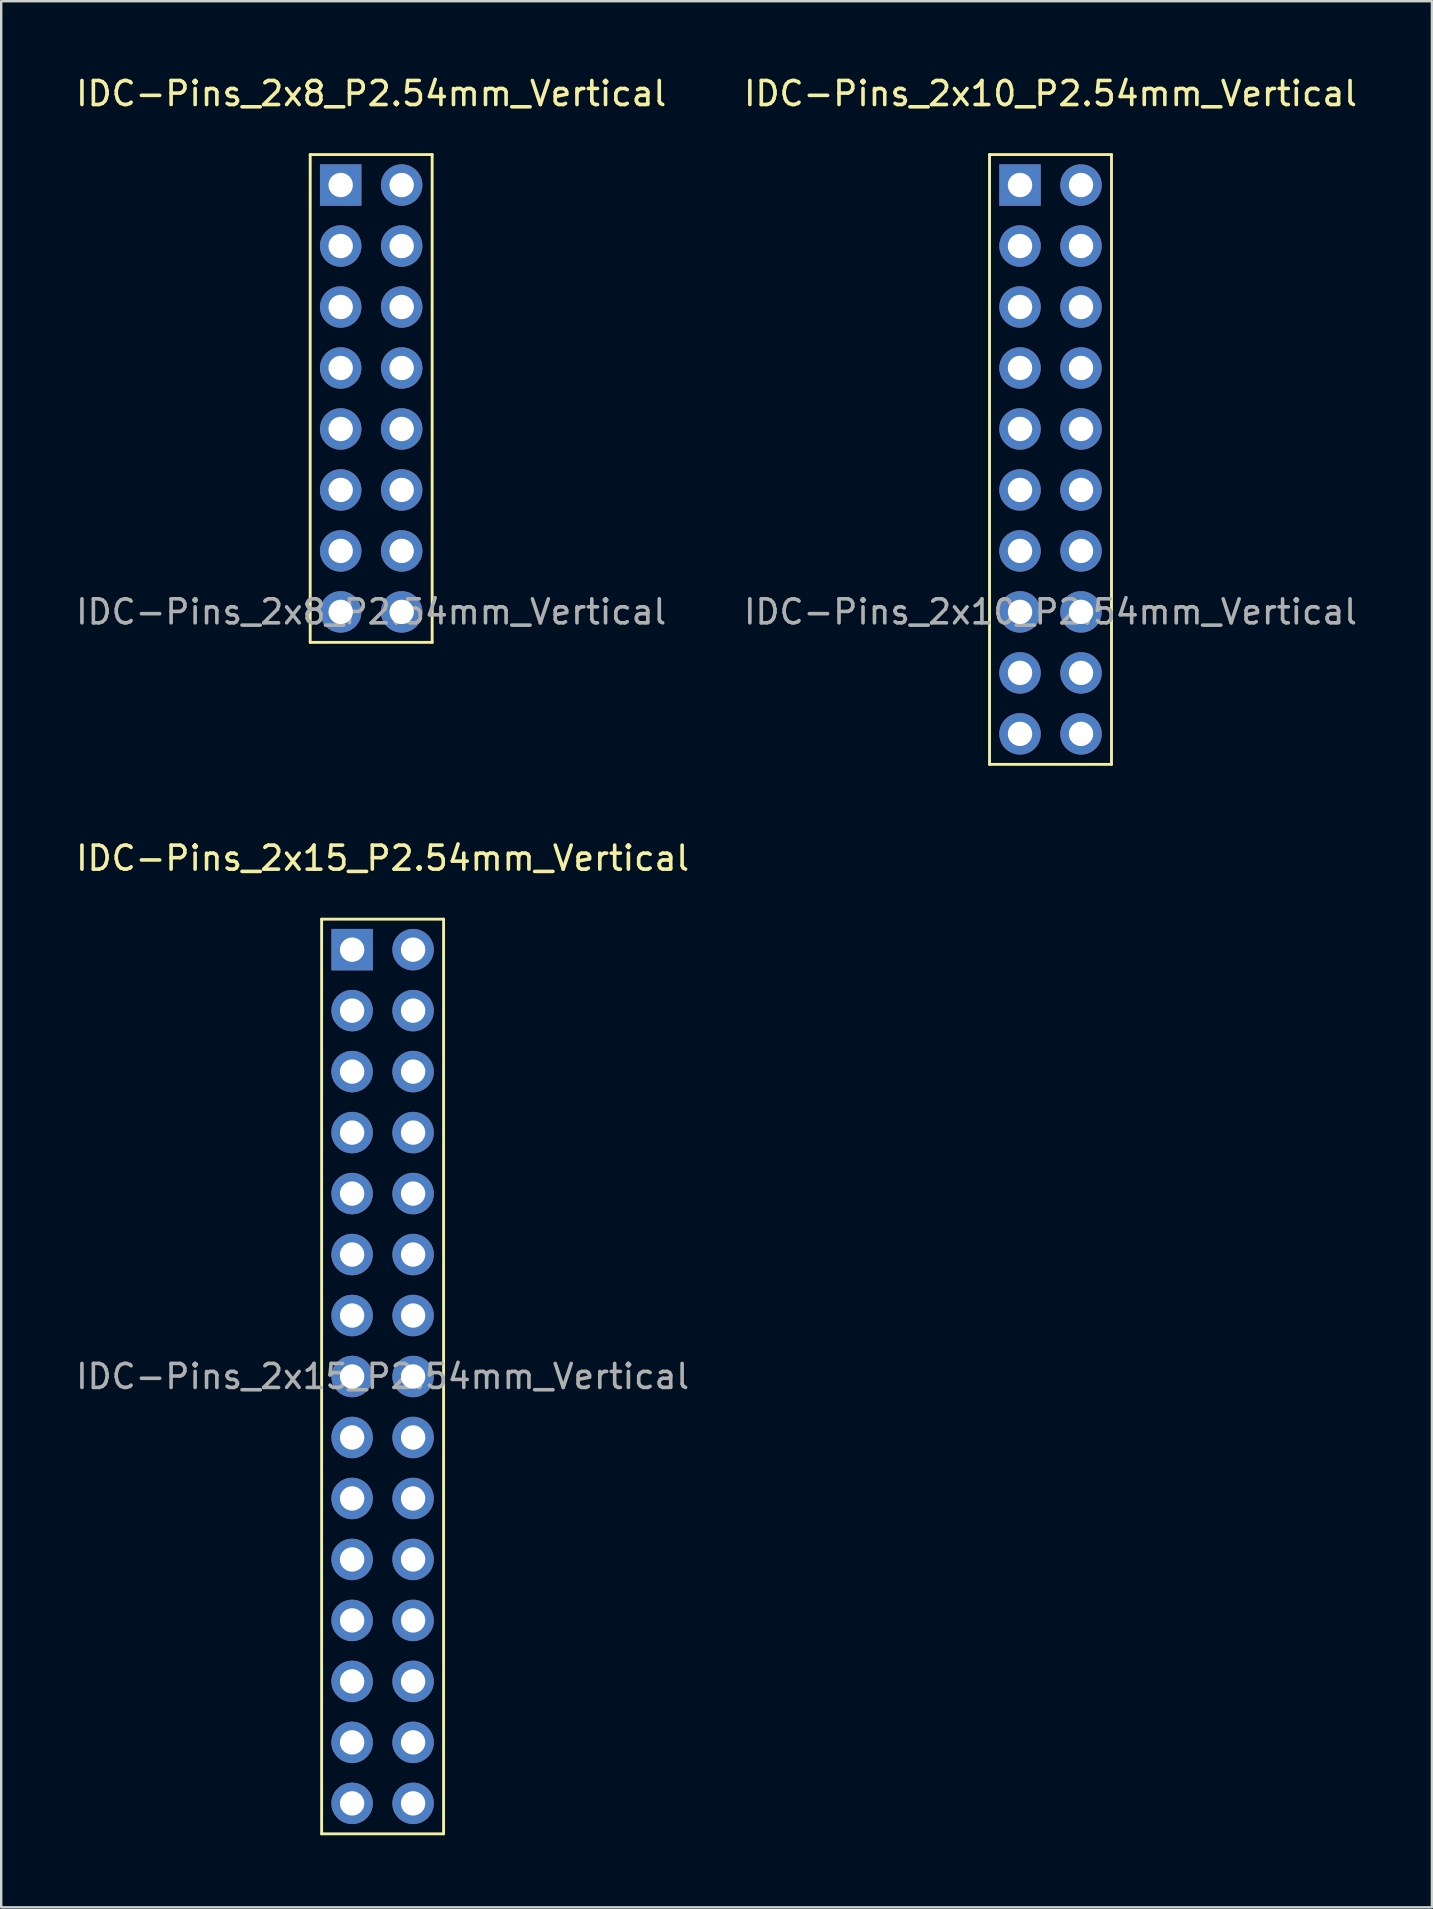
<source format=kicad_pcb>
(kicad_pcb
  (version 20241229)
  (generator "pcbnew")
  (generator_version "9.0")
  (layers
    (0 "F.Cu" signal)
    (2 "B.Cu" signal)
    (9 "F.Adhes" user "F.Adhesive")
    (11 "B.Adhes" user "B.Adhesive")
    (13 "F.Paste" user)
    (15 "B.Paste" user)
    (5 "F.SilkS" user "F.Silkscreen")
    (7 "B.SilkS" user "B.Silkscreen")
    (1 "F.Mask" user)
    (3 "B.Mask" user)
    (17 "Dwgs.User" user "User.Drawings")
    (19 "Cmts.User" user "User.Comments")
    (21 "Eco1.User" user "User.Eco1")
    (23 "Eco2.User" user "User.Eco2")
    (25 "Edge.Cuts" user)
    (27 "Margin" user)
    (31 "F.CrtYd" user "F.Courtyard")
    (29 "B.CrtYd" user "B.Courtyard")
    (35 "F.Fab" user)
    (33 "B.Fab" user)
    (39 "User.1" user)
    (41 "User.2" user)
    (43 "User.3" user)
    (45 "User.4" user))
  (footprint "IDC-Pins_2x10_P2.54mm_Vertical"
    (layer "F.Cu")
    (at 39.438 4.658)
    (property "Reference" "IDC-Pins_2x10_P2.54mm_Vertical" (at 1.27 -3.81 0) (layer "F.SilkS") (effects (font (size 1 1) (thickness 0.15))))
    (attr through_hole)
    (fp_line (start -1.27 -1.27) (end 3.81 -1.27) (stroke (width 0.12) (type solid)) (layer "F.SilkS"))
    (fp_line (start -1.27 24.13) (end -1.27 -1.27) (stroke (width 0.12) (type solid)) (layer "F.SilkS"))
    (fp_line (start 3.81 -1.27) (end 3.81 24.13) (stroke (width 0.12) (type solid)) (layer "F.SilkS"))
    (fp_line (start 3.81 24.13) (end -1.27 24.13) (stroke (width 0.12) (type solid)) (layer "F.SilkS"))
    (fp_text user "${REFERENCE}" (at 1.27 17.78 0) (layer "F.Fab") (effects (font (size 1 1) (thickness 0.15))))
    (pad "1" thru_hole rect (at 0 0) (size 1.727 1.727) (drill 1.016) (layers "*.Cu" "*.Mask"))
    (pad "2" thru_hole oval (at 2.54 0) (size 1.727 1.727) (drill 1.016) (layers "*.Cu" "*.Mask"))
    (pad "3" thru_hole oval (at 0 2.54) (size 1.727 1.727) (drill 1.016) (layers "*.Cu" "*.Mask"))
    (pad "4" thru_hole oval (at 2.54 2.54) (size 1.727 1.727) (drill 1.016) (layers "*.Cu" "*.Mask"))
    (pad "5" thru_hole oval (at 0 5.08) (size 1.727 1.727) (drill 1.016) (layers "*.Cu" "*.Mask"))
    (pad "6" thru_hole oval (at 2.54 5.08) (size 1.727 1.727) (drill 1.016) (layers "*.Cu" "*.Mask"))
    (pad "7" thru_hole oval (at 0 7.62) (size 1.727 1.727) (drill 1.016) (layers "*.Cu" "*.Mask"))
    (pad "8" thru_hole oval (at 2.54 7.62) (size 1.727 1.727) (drill 1.016) (layers "*.Cu" "*.Mask"))
    (pad "9" thru_hole oval (at 0 10.16) (size 1.727 1.727) (drill 1.016) (layers "*.Cu" "*.Mask"))
    (pad "10" thru_hole oval (at 2.54 10.16) (size 1.727 1.727) (drill 1.016) (layers "*.Cu" "*.Mask"))
    (pad "11" thru_hole oval (at 0 12.7) (size 1.727 1.727) (drill 1.016) (layers "*.Cu" "*.Mask"))
    (pad "12" thru_hole oval (at 2.54 12.7) (size 1.727 1.727) (drill 1.016) (layers "*.Cu" "*.Mask"))
    (pad "13" thru_hole oval (at 0 15.24) (size 1.727 1.727) (drill 1.016) (layers "*.Cu" "*.Mask"))
    (pad "14" thru_hole oval (at 2.54 15.24) (size 1.727 1.727) (drill 1.016) (layers "*.Cu" "*.Mask"))
    (pad "15" thru_hole oval (at 0 17.78) (size 1.727 1.727) (drill 1.016) (layers "*.Cu" "*.Mask"))
    (pad "16" thru_hole oval (at 2.54 17.78) (size 1.727 1.727) (drill 1.016) (layers "*.Cu" "*.Mask"))
    (pad "17" thru_hole oval (at 0 20.32) (size 1.727 1.727) (drill 1.016) (layers "*.Cu" "*.Mask"))
    (pad "18" thru_hole oval (at 2.54 20.32) (size 1.727 1.727) (drill 1.016) (layers "*.Cu" "*.Mask"))
    (pad "19" thru_hole oval (at 0 22.86) (size 1.727 1.727) (drill 1.016) (layers "*.Cu" "*.Mask"))
    (pad "20" thru_hole oval (at 2.54 22.86) (size 1.727 1.727) (drill 1.016) (layers "*.Cu" "*.Mask")))
  (footprint "IDC-Pins_2x15_P2.54mm_Vertical"
    (layer "F.Cu")
    (at 11.617 36.507)
    (property "Reference" "IDC-Pins_2x15_P2.54mm_Vertical" (at 1.27 -3.81 0) (layer "F.SilkS") (effects (font (size 1 1) (thickness 0.15))))
    (attr through_hole)
    (fp_line (start -1.27 -1.27) (end 3.81 -1.27) (stroke (width 0.12) (type solid)) (layer "F.SilkS"))
    (fp_line (start -1.27 36.83) (end -1.27 -1.27) (stroke (width 0.12) (type solid)) (layer "F.SilkS"))
    (fp_line (start 3.81 -1.27) (end 3.81 36.83) (stroke (width 0.12) (type solid)) (layer "F.SilkS"))
    (fp_line (start 3.81 36.83) (end -1.27 36.83) (stroke (width 0.12) (type solid)) (layer "F.SilkS"))
    (fp_text user "${REFERENCE}" (at 1.27 17.78 0) (layer "F.Fab") (effects (font (size 1 1) (thickness 0.15))))
    (pad "1" thru_hole rect (at 0 0) (size 1.727 1.727) (drill 1.016) (layers "*.Cu" "*.Mask"))
    (pad "2" thru_hole oval (at 2.54 0) (size 1.727 1.727) (drill 1.016) (layers "*.Cu" "*.Mask"))
    (pad "3" thru_hole oval (at 0 2.54) (size 1.727 1.727) (drill 1.016) (layers "*.Cu" "*.Mask"))
    (pad "4" thru_hole oval (at 2.54 2.54) (size 1.727 1.727) (drill 1.016) (layers "*.Cu" "*.Mask"))
    (pad "5" thru_hole oval (at 0 5.08) (size 1.727 1.727) (drill 1.016) (layers "*.Cu" "*.Mask"))
    (pad "6" thru_hole oval (at 2.54 5.08) (size 1.727 1.727) (drill 1.016) (layers "*.Cu" "*.Mask"))
    (pad "7" thru_hole oval (at 0 7.62) (size 1.727 1.727) (drill 1.016) (layers "*.Cu" "*.Mask"))
    (pad "8" thru_hole oval (at 2.54 7.62) (size 1.727 1.727) (drill 1.016) (layers "*.Cu" "*.Mask"))
    (pad "9" thru_hole oval (at 0 10.16) (size 1.727 1.727) (drill 1.016) (layers "*.Cu" "*.Mask"))
    (pad "10" thru_hole oval (at 2.54 10.16) (size 1.727 1.727) (drill 1.016) (layers "*.Cu" "*.Mask"))
    (pad "11" thru_hole oval (at 0 12.7) (size 1.727 1.727) (drill 1.016) (layers "*.Cu" "*.Mask"))
    (pad "12" thru_hole oval (at 2.54 12.7) (size 1.727 1.727) (drill 1.016) (layers "*.Cu" "*.Mask"))
    (pad "13" thru_hole oval (at 0 15.24) (size 1.727 1.727) (drill 1.016) (layers "*.Cu" "*.Mask"))
    (pad "14" thru_hole oval (at 2.54 15.24) (size 1.727 1.727) (drill 1.016) (layers "*.Cu" "*.Mask"))
    (pad "15" thru_hole oval (at 0 17.78) (size 1.727 1.727) (drill 1.016) (layers "*.Cu" "*.Mask"))
    (pad "16" thru_hole oval (at 2.54 17.78) (size 1.727 1.727) (drill 1.016) (layers "*.Cu" "*.Mask"))
    (pad "17" thru_hole oval (at 0 20.32) (size 1.727 1.727) (drill 1.016) (layers "*.Cu" "*.Mask"))
    (pad "18" thru_hole oval (at 2.54 20.32) (size 1.727 1.727) (drill 1.016) (layers "*.Cu" "*.Mask"))
    (pad "19" thru_hole oval (at 0 22.86) (size 1.727 1.727) (drill 1.016) (layers "*.Cu" "*.Mask"))
    (pad "20" thru_hole oval (at 2.54 22.86) (size 1.727 1.727) (drill 1.016) (layers "*.Cu" "*.Mask"))
    (pad "21" thru_hole oval (at 0 25.4) (size 1.727 1.727) (drill 1.016) (layers "*.Cu" "*.Mask"))
    (pad "22" thru_hole oval (at 2.54 25.4) (size 1.727 1.727) (drill 1.016) (layers "*.Cu" "*.Mask"))
    (pad "23" thru_hole oval (at 0 27.94) (size 1.727 1.727) (drill 1.016) (layers "*.Cu" "*.Mask"))
    (pad "24" thru_hole oval (at 2.54 27.94) (size 1.727 1.727) (drill 1.016) (layers "*.Cu" "*.Mask"))
    (pad "25" thru_hole oval (at 0 30.48) (size 1.727 1.727) (drill 1.016) (layers "*.Cu" "*.Mask"))
    (pad "26" thru_hole oval (at 2.54 30.48) (size 1.727 1.727) (drill 1.016) (layers "*.Cu" "*.Mask"))
    (pad "27" thru_hole oval (at 0 33.02) (size 1.727 1.727) (drill 1.016) (layers "*.Cu" "*.Mask"))
    (pad "28" thru_hole oval (at 2.54 33.02) (size 1.727 1.727) (drill 1.016) (layers "*.Cu" "*.Mask"))
    (pad "29" thru_hole oval (at 0 35.56) (size 1.727 1.727) (drill 1.016) (layers "*.Cu" "*.Mask"))
    (pad "30" thru_hole oval (at 2.54 35.56) (size 1.727 1.727) (drill 1.016) (layers "*.Cu" "*.Mask")))
  (footprint "IDC-Pins_2x8_P2.54mm_Vertical"
    (layer "F.Cu")
    (at 11.141 4.658)
    (property "Reference" "IDC-Pins_2x8_P2.54mm_Vertical" (at 1.27 -3.81 0) (layer "F.SilkS") (effects (font (size 1 1) (thickness 0.15))))
    (attr through_hole)
    (fp_line (start -1.27 -1.27) (end 3.81 -1.27) (stroke (width 0.12) (type solid)) (layer "F.SilkS"))
    (fp_line (start -1.27 19.05) (end -1.27 -1.27) (stroke (width 0.12) (type solid)) (layer "F.SilkS"))
    (fp_line (start 3.81 -1.27) (end 3.81 19.05) (stroke (width 0.12) (type solid)) (layer "F.SilkS"))
    (fp_line (start 3.81 19.05) (end -1.27 19.05) (stroke (width 0.12) (type solid)) (layer "F.SilkS"))
    (fp_text user "${REFERENCE}" (at 1.27 17.78 0) (layer "F.Fab") (effects (font (size 1 1) (thickness 0.15))))
    (pad "1" thru_hole rect (at 0 0) (size 1.727 1.727) (drill 1.016) (layers "*.Cu" "*.Mask"))
    (pad "2" thru_hole oval (at 2.54 0) (size 1.727 1.727) (drill 1.016) (layers "*.Cu" "*.Mask"))
    (pad "3" thru_hole oval (at 0 2.54) (size 1.727 1.727) (drill 1.016) (layers "*.Cu" "*.Mask"))
    (pad "4" thru_hole oval (at 2.54 2.54) (size 1.727 1.727) (drill 1.016) (layers "*.Cu" "*.Mask"))
    (pad "5" thru_hole oval (at 0 5.08) (size 1.727 1.727) (drill 1.016) (layers "*.Cu" "*.Mask"))
    (pad "6" thru_hole oval (at 2.54 5.08) (size 1.727 1.727) (drill 1.016) (layers "*.Cu" "*.Mask"))
    (pad "7" thru_hole oval (at 0 7.62) (size 1.727 1.727) (drill 1.016) (layers "*.Cu" "*.Mask"))
    (pad "8" thru_hole oval (at 2.54 7.62) (size 1.727 1.727) (drill 1.016) (layers "*.Cu" "*.Mask"))
    (pad "9" thru_hole oval (at 0 10.16) (size 1.727 1.727) (drill 1.016) (layers "*.Cu" "*.Mask"))
    (pad "10" thru_hole oval (at 2.54 10.16) (size 1.727 1.727) (drill 1.016) (layers "*.Cu" "*.Mask"))
    (pad "11" thru_hole oval (at 0 12.7) (size 1.727 1.727) (drill 1.016) (layers "*.Cu" "*.Mask"))
    (pad "12" thru_hole oval (at 2.54 12.7) (size 1.727 1.727) (drill 1.016) (layers "*.Cu" "*.Mask"))
    (pad "13" thru_hole oval (at 0 15.24) (size 1.727 1.727) (drill 1.016) (layers "*.Cu" "*.Mask"))
    (pad "14" thru_hole oval (at 2.54 15.24) (size 1.727 1.727) (drill 1.016) (layers "*.Cu" "*.Mask"))
    (pad "15" thru_hole oval (at 0 17.78) (size 1.727 1.727) (drill 1.016) (layers "*.Cu" "*.Mask"))
    (pad "16" thru_hole oval (at 2.54 17.78) (size 1.727 1.727) (drill 1.016) (layers "*.Cu" "*.Mask")))
  (gr_rect
    (start -3 -3)
    (end 56.595 76.397)
    (stroke (width 0.1) (type default))
    (fill no)
    (layer "Edge.Cuts")))
</source>
